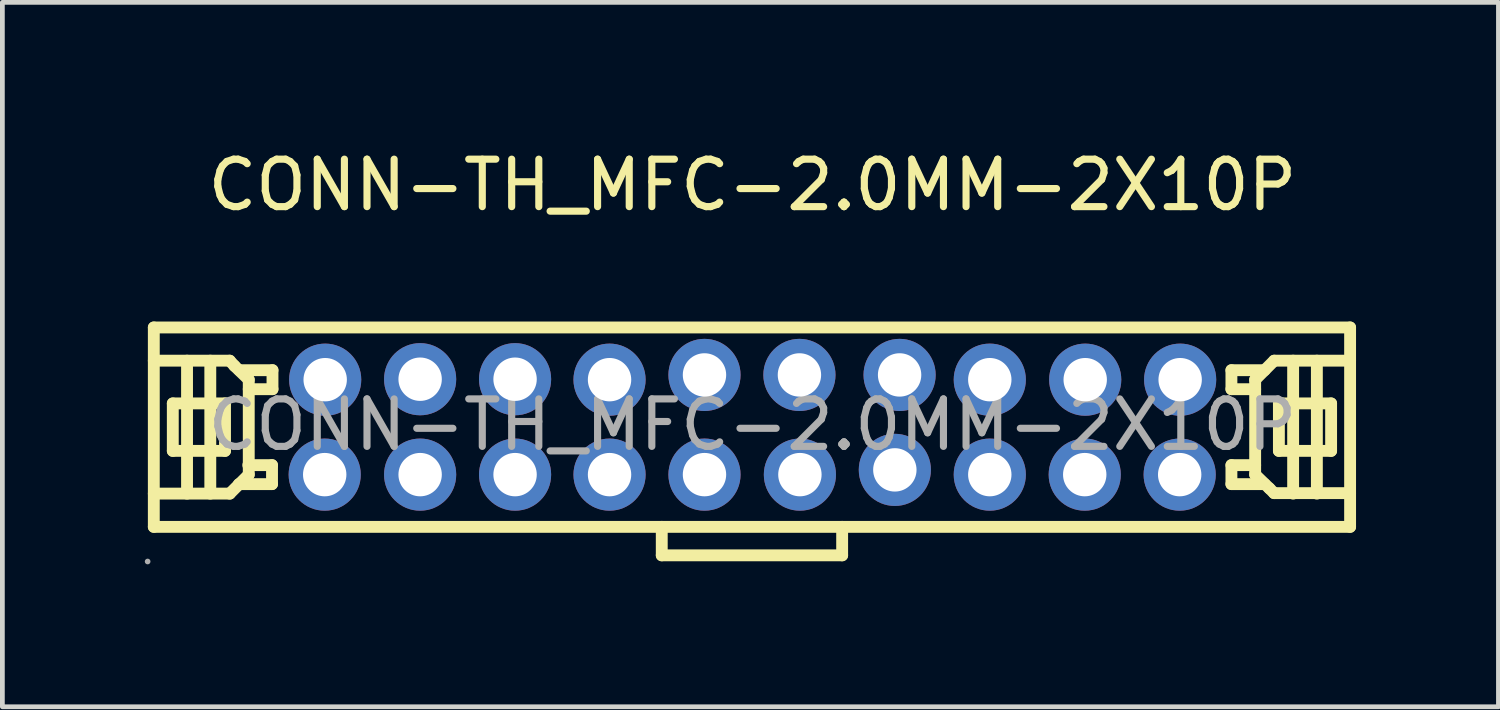
<source format=kicad_pcb>
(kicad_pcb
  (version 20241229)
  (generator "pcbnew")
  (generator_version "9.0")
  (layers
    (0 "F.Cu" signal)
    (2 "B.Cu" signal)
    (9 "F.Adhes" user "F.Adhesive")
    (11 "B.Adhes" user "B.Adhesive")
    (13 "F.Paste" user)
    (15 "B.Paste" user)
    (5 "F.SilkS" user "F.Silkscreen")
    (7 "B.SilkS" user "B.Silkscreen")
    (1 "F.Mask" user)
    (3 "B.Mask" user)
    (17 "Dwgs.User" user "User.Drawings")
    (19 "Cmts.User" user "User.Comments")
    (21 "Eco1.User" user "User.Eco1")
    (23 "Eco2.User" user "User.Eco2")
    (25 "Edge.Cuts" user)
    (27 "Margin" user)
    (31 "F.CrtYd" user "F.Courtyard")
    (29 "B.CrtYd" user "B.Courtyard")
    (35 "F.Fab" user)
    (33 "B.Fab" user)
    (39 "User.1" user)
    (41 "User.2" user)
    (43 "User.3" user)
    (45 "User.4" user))
  (footprint "CONN-TH_MFC-2.0MM-2X10P"
    (layer "F.Cu")
    (at 12.8 5.898)
    (property "Reference" "CONN-TH_MFC-2.0MM-2X10P" (at 0 -5.05 0) (layer "F.SilkS") (effects (font (size 1 1) (thickness 0.15))))
    (attr through_hole)
    (fp_line (start -12.61 -2.05) (end -12.61 2.15) (stroke (width 0.25) (type solid)) (layer "F.SilkS"))
    (fp_line (start -12.61 -2.05) (end 12.59 -2.05) (stroke (width 0.25) (type solid)) (layer "F.SilkS"))
    (fp_line (start -12.61 -1.35) (end -11.01 -1.35) (stroke (width 0.25) (type solid)) (layer "F.SilkS"))
    (fp_line (start -12.61 2.15) (end 12.59 2.15) (stroke (width 0.25) (type solid)) (layer "F.SilkS"))
    (fp_line (start -12.21 -0.45) (end -11.11 -0.45) (stroke (width 0.25) (type solid)) (layer "F.SilkS"))
    (fp_line (start -12.21 0.55) (end -12.21 -0.45) (stroke (width 0.25) (type solid)) (layer "F.SilkS"))
    (fp_line (start -11.91 -1.35) (end -11.91 1.45) (stroke (width 0.25) (type solid)) (layer "F.SilkS"))
    (fp_line (start -11.42 -1.35) (end -11.42 1.45) (stroke (width 0.25) (type solid)) (layer "F.SilkS"))
    (fp_line (start -11.11 -0.45) (end -11.11 0.55) (stroke (width 0.25) (type solid)) (layer "F.SilkS"))
    (fp_line (start -11.11 0.55) (end -12.21 0.55) (stroke (width 0.25) (type solid)) (layer "F.SilkS"))
    (fp_line (start -11.01 -1.35) (end -10.91 -1.24) (stroke (width 0.25) (type solid)) (layer "F.SilkS"))
    (fp_line (start -11.01 1.45) (end -12.61 1.45) (stroke (width 0.25) (type solid)) (layer "F.SilkS"))
    (fp_line (start -10.91 -1.24) (end -10.61 -0.95) (stroke (width 0.25) (type solid)) (layer "F.SilkS"))
    (fp_line (start -10.82 1.25) (end -10.12 1.25) (stroke (width 0.25) (type solid)) (layer "F.SilkS"))
    (fp_line (start -10.81 -1.15) (end -10.11 -1.15) (stroke (width 0.25) (type solid)) (layer "F.SilkS"))
    (fp_line (start -10.61 -0.95) (end -10.61 1.05) (stroke (width 0.25) (type solid)) (layer "F.SilkS"))
    (fp_line (start -10.61 1.05) (end -11.01 1.45) (stroke (width 0.25) (type solid)) (layer "F.SilkS"))
    (fp_line (start -10.12 0.85) (end -10.62 0.85) (stroke (width 0.25) (type solid)) (layer "F.SilkS"))
    (fp_line (start -10.12 1.25) (end -10.12 0.85) (stroke (width 0.25) (type solid)) (layer "F.SilkS"))
    (fp_line (start -10.11 -1.15) (end -10.11 -0.75) (stroke (width 0.25) (type solid)) (layer "F.SilkS"))
    (fp_line (start -10.11 -0.75) (end -10.61 -0.75) (stroke (width 0.25) (type solid)) (layer "F.SilkS"))
    (fp_line (start -1.91 2.15) (end -1.91 2.75) (stroke (width 0.25) (type solid)) (layer "F.SilkS"))
    (fp_line (start -1.91 2.75) (end 1.89 2.75) (stroke (width 0.25) (type solid)) (layer "F.SilkS"))
    (fp_line (start 1.89 2.75) (end 1.89 2.15) (stroke (width 0.25) (type solid)) (layer "F.SilkS"))
    (fp_line (start 10.09 -1.15) (end 10.09 -0.75) (stroke (width 0.25) (type solid)) (layer "F.SilkS"))
    (fp_line (start 10.09 -0.75) (end 10.59 -0.75) (stroke (width 0.25) (type solid)) (layer "F.SilkS"))
    (fp_line (start 10.09 0.85) (end 10.59 0.85) (stroke (width 0.25) (type solid)) (layer "F.SilkS"))
    (fp_line (start 10.09 1.25) (end 10.09 0.85) (stroke (width 0.25) (type solid)) (layer "F.SilkS"))
    (fp_line (start 10.59 -0.95) (end 10.99 -1.35) (stroke (width 0.25) (type solid)) (layer "F.SilkS"))
    (fp_line (start 10.59 1.05) (end 10.59 -0.95) (stroke (width 0.25) (type solid)) (layer "F.SilkS"))
    (fp_line (start 10.79 -1.15) (end 10.09 -1.15) (stroke (width 0.25) (type solid)) (layer "F.SilkS"))
    (fp_line (start 10.79 1.25) (end 10.09 1.25) (stroke (width 0.25) (type solid)) (layer "F.SilkS"))
    (fp_line (start 10.89 1.34) (end 10.59 1.05) (stroke (width 0.25) (type solid)) (layer "F.SilkS"))
    (fp_line (start 10.99 -1.35) (end 12.59 -1.35) (stroke (width 0.25) (type solid)) (layer "F.SilkS"))
    (fp_line (start 10.99 1.44) (end 10.89 1.34) (stroke (width 0.25) (type solid)) (layer "F.SilkS"))
    (fp_line (start 11.09 -0.45) (end 12.19 -0.45) (stroke (width 0.25) (type solid)) (layer "F.SilkS"))
    (fp_line (start 11.09 0.55) (end 11.09 -0.45) (stroke (width 0.25) (type solid)) (layer "F.SilkS"))
    (fp_line (start 11.39 1.45) (end 11.39 -1.35) (stroke (width 0.25) (type solid)) (layer "F.SilkS"))
    (fp_line (start 11.89 1.45) (end 11.89 -1.35) (stroke (width 0.25) (type solid)) (layer "F.SilkS"))
    (fp_line (start 12.19 -0.45) (end 12.19 0.55) (stroke (width 0.25) (type solid)) (layer "F.SilkS"))
    (fp_line (start 12.19 0.55) (end 11.09 0.55) (stroke (width 0.25) (type solid)) (layer "F.SilkS"))
    (fp_line (start 12.59 -2.05) (end 12.59 2.15) (stroke (width 0.25) (type solid)) (layer "F.SilkS"))
    (fp_line (start 12.59 1.44) (end 10.99 1.44) (stroke (width 0.25) (type solid)) (layer "F.SilkS"))
    (fp_circle (center -12.74 2.88) (end -12.71 2.88) (stroke (width 0.06) (type solid)) (fill no) (layer "F.Fab"))
    (fp_circle (center -9.01 1.05) (end -8.83 1.05) (stroke (width 0.36) (type solid)) (fill no) (layer "F.Fab"))
    (fp_circle (center -9 -0.95) (end -8.82 -0.95) (stroke (width 0.36) (type solid)) (fill no) (layer "F.Fab"))
    (fp_circle (center -7 -0.96) (end -6.82 -0.96) (stroke (width 0.36) (type solid)) (fill no) (layer "F.Fab"))
    (fp_circle (center -7 1.05) (end -6.82 1.05) (stroke (width 0.36) (type solid)) (fill no) (layer "F.Fab"))
    (fp_circle (center -5 -0.96) (end -4.82 -0.96) (stroke (width 0.36) (type solid)) (fill no) (layer "F.Fab"))
    (fp_circle (center -5 1.05) (end -4.82 1.05) (stroke (width 0.36) (type solid)) (fill no) (layer "F.Fab"))
    (fp_circle (center -3.01 -0.95) (end -2.83 -0.95) (stroke (width 0.36) (type solid)) (fill no) (layer "F.Fab"))
    (fp_circle (center -3.01 1.05) (end -2.83 1.05) (stroke (width 0.36) (type solid)) (fill no) (layer "F.Fab"))
    (fp_circle (center -1.01 -1.05) (end -0.83 -1.05) (stroke (width 0.36) (type solid)) (fill no) (layer "F.Fab"))
    (fp_circle (center -1.01 1.05) (end -0.83 1.05) (stroke (width 0.36) (type solid)) (fill no) (layer "F.Fab"))
    (fp_circle (center 0.99 -1.05) (end 1.17 -1.05) (stroke (width 0.36) (type solid)) (fill no) (layer "F.Fab"))
    (fp_circle (center 1 1.05) (end 1.18 1.05) (stroke (width 0.36) (type solid)) (fill no) (layer "F.Fab"))
    (fp_circle (center 3 0.95) (end 3.18 0.95) (stroke (width 0.36) (type solid)) (fill no) (layer "F.Fab"))
    (fp_circle (center 3.1 -1.05) (end 3.28 -1.05) (stroke (width 0.36) (type solid)) (fill no) (layer "F.Fab"))
    (fp_circle (center 5 -0.95) (end 5.18 -0.95) (stroke (width 0.36) (type solid)) (fill no) (layer "F.Fab"))
    (fp_circle (center 5 1.05) (end 5.18 1.05) (stroke (width 0.36) (type solid)) (fill no) (layer "F.Fab"))
    (fp_circle (center 7 1.05) (end 7.18 1.05) (stroke (width 0.36) (type solid)) (fill no) (layer "F.Fab"))
    (fp_circle (center 7.01 -0.95) (end 7.19 -0.95) (stroke (width 0.36) (type solid)) (fill no) (layer "F.Fab"))
    (fp_circle (center 9 1.05) (end 9.18 1.05) (stroke (width 0.36) (type solid)) (fill no) (layer "F.Fab"))
    (fp_circle (center 9.01 -0.95) (end 9.19 -0.95) (stroke (width 0.36) (type solid)) (fill no) (layer "F.Fab"))
    (fp_text user "${REFERENCE}" (at 0 0 0) (layer "F.Fab") (effects (font (size 1 1) (thickness 0.15))))
    (pad "1" thru_hole circle (at -9.01 1.05) (size 1.52 1.52) (drill 0.914) (layers "*.Cu" "*.Paste" "*.Mask"))
    (pad "2" thru_hole circle (at -9 -0.95) (size 1.52 1.52) (drill 0.914) (layers "*.Cu" "*.Paste" "*.Mask"))
    (pad "3" thru_hole circle (at -7 1.05) (size 1.52 1.52) (drill 0.914) (layers "*.Cu" "*.Paste" "*.Mask"))
    (pad "4" thru_hole circle (at -7 -0.96) (size 1.52 1.52) (drill 0.914) (layers "*.Cu" "*.Paste" "*.Mask"))
    (pad "5" thru_hole circle (at -5 1.05) (size 1.52 1.52) (drill 0.914) (layers "*.Cu" "*.Paste" "*.Mask"))
    (pad "6" thru_hole circle (at -5 -0.96) (size 1.52 1.52) (drill 0.914) (layers "*.Cu" "*.Paste" "*.Mask"))
    (pad "7" thru_hole circle (at -3.01 1.05) (size 1.52 1.52) (drill 0.914) (layers "*.Cu" "*.Paste" "*.Mask"))
    (pad "8" thru_hole circle (at -3.01 -0.95) (size 1.52 1.52) (drill 0.914) (layers "*.Cu" "*.Paste" "*.Mask"))
    (pad "9" thru_hole circle (at -1.01 1.05) (size 1.52 1.52) (drill 0.914) (layers "*.Cu" "*.Paste" "*.Mask"))
    (pad "10" thru_hole circle (at -1.01 -1.05) (size 1.52 1.52) (drill 0.914) (layers "*.Cu" "*.Paste" "*.Mask"))
    (pad "11" thru_hole circle (at 1 1.05) (size 1.52 1.52) (drill 0.914) (layers "*.Cu" "*.Paste" "*.Mask"))
    (pad "12" thru_hole circle (at 0.99 -1.05) (size 1.52 1.52) (drill 0.914) (layers "*.Cu" "*.Paste" "*.Mask"))
    (pad "13" thru_hole circle (at 3 0.95) (size 1.52 1.52) (drill 0.914) (layers "*.Cu" "*.Paste" "*.Mask"))
    (pad "14" thru_hole circle (at 3.1 -1.05) (size 1.52 1.52) (drill 0.914) (layers "*.Cu" "*.Paste" "*.Mask"))
    (pad "15" thru_hole circle (at 5 1.05) (size 1.52 1.52) (drill 0.914) (layers "*.Cu" "*.Paste" "*.Mask"))
    (pad "16" thru_hole circle (at 5 -0.95) (size 1.52 1.52) (drill 0.914) (layers "*.Cu" "*.Paste" "*.Mask"))
    (pad "17" thru_hole circle (at 7 1.05) (size 1.52 1.52) (drill 0.914) (layers "*.Cu" "*.Paste" "*.Mask"))
    (pad "18" thru_hole circle (at 7.01 -0.95) (size 1.52 1.52) (drill 0.914) (layers "*.Cu" "*.Paste" "*.Mask"))
    (pad "19" thru_hole circle (at 9 1.05) (size 1.52 1.52) (drill 0.914) (layers "*.Cu" "*.Paste" "*.Mask"))
    (pad "20" thru_hole circle (at 9.01 -0.95) (size 1.52 1.52) (drill 0.914) (layers "*.Cu" "*.Paste" "*.Mask")))
  (gr_rect
    (start -3 -3)
    (end 28.515 11.838)
    (stroke (width 0.1) (type default))
    (fill no)
    (layer "Edge.Cuts")))
</source>
